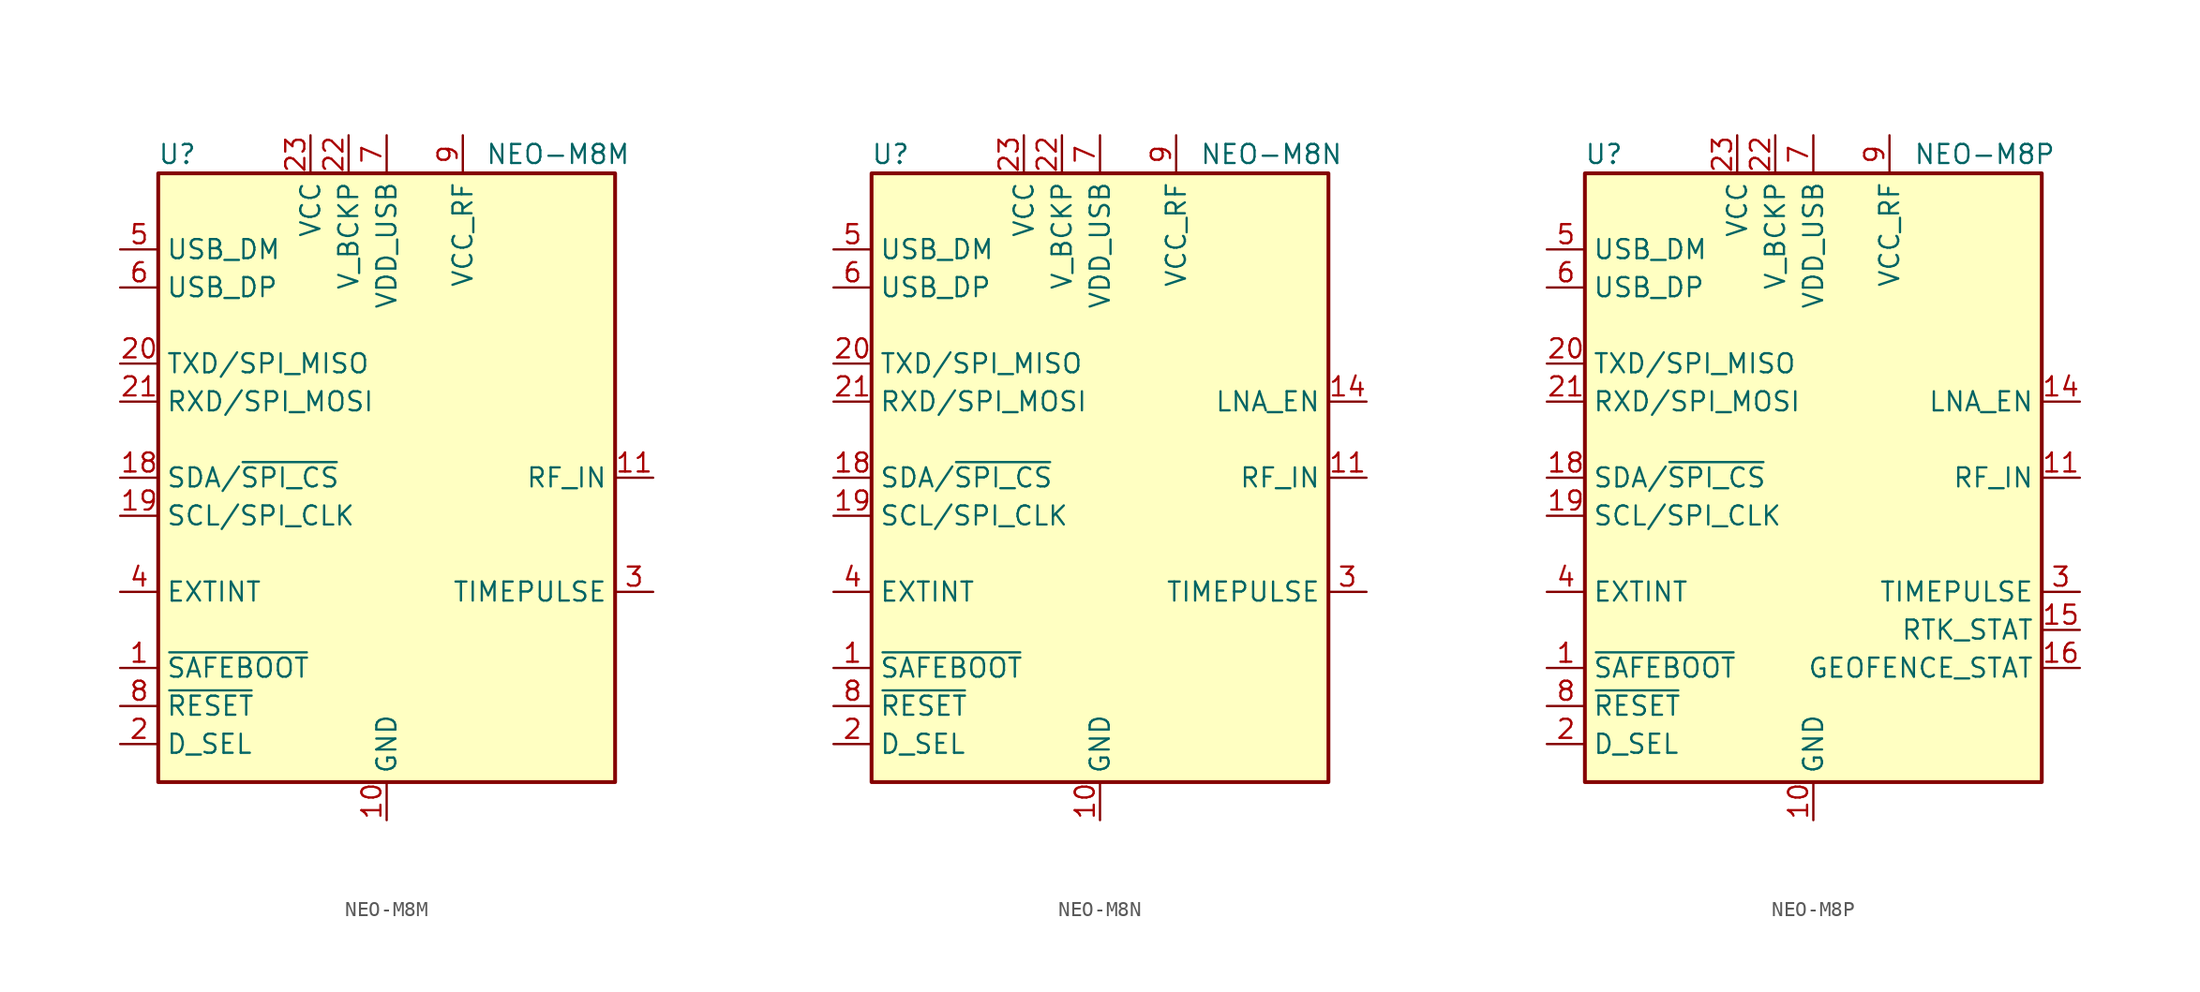
<source format=kicad_sym>
(kicad_symbol_lib
  (version 20200908)
  (generator kicad_symbol_editor)
  (symbol "RF_GPS:NEO-M8M"
    (property "Reference" "U"
      (at -13.97 21.59 0)
      (effects (font (size 1.27 1.27))))
    (property "Value" "NEO-M8M"
      (at 11.43 21.59 0)
      (effects (font (size 1.27 1.27))))
    (symbol "NEO-M8M_0_1"
      (rectangle (start -15.24 20.32) (end 15.24 -20.32) (stroke (width 0.254)) (fill (type background))))
    (symbol "NEO-M8M_1_1"
      (pin input line (at -17.78 -12.7 0) (length 2.54) (name "~SAFEBOOT" (effects (font (size 1.27 1.27)))) (number "1" (effects (font (size 1.27 1.27)))))
      (pin power_in line (at 0 -22.86 90) (length 2.54) (name "GND" (effects (font (size 1.27 1.27)))) (number "10" (effects (font (size 1.27 1.27)))))
      (pin input line (at 17.78 0 180) (length 2.54) (name "RF_IN" (effects (font (size 1.27 1.27)))) (number "11" (effects (font (size 1.27 1.27)))))
      (pin passive line (at 0 -22.86 90) (length 2.54) hide (name "GND" (effects (font (size 1.27 1.27)))) (number "12" (effects (font (size 1.27 1.27)))))
      (pin passive line (at 0 -22.86 90) (length 2.54) hide (name "GND" (effects (font (size 1.27 1.27)))) (number "13" (effects (font (size 1.27 1.27)))))
      (pin unconnected line (at 15.24 -10.16 180) (length 2.54) hide (name "RESERVED" (effects (font (size 1.27 1.27)))) (number "14" (effects (font (size 1.27 1.27)))))
      (pin unconnected line (at 15.24 -12.7 180) (length 2.54) hide (name "RESERVED" (effects (font (size 1.27 1.27)))) (number "15" (effects (font (size 1.27 1.27)))))
      (pin unconnected line (at 15.24 -15.24 180) (length 2.54) hide (name "RESERVED" (effects (font (size 1.27 1.27)))) (number "16" (effects (font (size 1.27 1.27)))))
      (pin unconnected line (at 15.24 -17.78 180) (length 2.54) hide (name "RESERVED" (effects (font (size 1.27 1.27)))) (number "17" (effects (font (size 1.27 1.27)))))
      (pin bidirectional line (at -17.78 0 0) (length 2.54) (name "SDA/~SPI_CS" (effects (font (size 1.27 1.27)))) (number "18" (effects (font (size 1.27 1.27)))))
      (pin input line (at -17.78 -2.54 0) (length 2.54) (name "SCL/SPI_CLK" (effects (font (size 1.27 1.27)))) (number "19" (effects (font (size 1.27 1.27)))))
      (pin input line (at -17.78 -17.78 0) (length 2.54) (name "D_SEL" (effects (font (size 1.27 1.27)))) (number "2" (effects (font (size 1.27 1.27)))))
      (pin output line (at -17.78 7.62 0) (length 2.54) (name "TXD/SPI_MISO" (effects (font (size 1.27 1.27)))) (number "20" (effects (font (size 1.27 1.27)))))
      (pin input line (at -17.78 5.08 0) (length 2.54) (name "RXD/SPI_MOSI" (effects (font (size 1.27 1.27)))) (number "21" (effects (font (size 1.27 1.27)))))
      (pin power_in line (at -2.54 22.86 270) (length 2.54) (name "V_BCKP" (effects (font (size 1.27 1.27)))) (number "22" (effects (font (size 1.27 1.27)))))
      (pin power_in line (at -5.08 22.86 270) (length 2.54) (name "VCC" (effects (font (size 1.27 1.27)))) (number "23" (effects (font (size 1.27 1.27)))))
      (pin passive line (at 0 -22.86 90) (length 2.54) hide (name "GND" (effects (font (size 1.27 1.27)))) (number "24" (effects (font (size 1.27 1.27)))))
      (pin output line (at 17.78 -7.62 180) (length 2.54) (name "TIMEPULSE" (effects (font (size 1.27 1.27)))) (number "3" (effects (font (size 1.27 1.27)))))
      (pin input line (at -17.78 -7.62 0) (length 2.54) (name "EXTINT" (effects (font (size 1.27 1.27)))) (number "4" (effects (font (size 1.27 1.27)))))
      (pin bidirectional line (at -17.78 15.24 0) (length 2.54) (name "USB_DM" (effects (font (size 1.27 1.27)))) (number "5" (effects (font (size 1.27 1.27)))))
      (pin bidirectional line (at -17.78 12.7 0) (length 2.54) (name "USB_DP" (effects (font (size 1.27 1.27)))) (number "6" (effects (font (size 1.27 1.27)))))
      (pin power_in line (at 0 22.86 270) (length 2.54) (name "VDD_USB" (effects (font (size 1.27 1.27)))) (number "7" (effects (font (size 1.27 1.27)))))
      (pin input line (at -17.78 -15.24 0) (length 2.54) (name "~RESET" (effects (font (size 1.27 1.27)))) (number "8" (effects (font (size 1.27 1.27)))))
      (pin power_out line (at 5.08 22.86 270) (length 2.54) (name "VCC_RF" (effects (font (size 1.27 1.27)))) (number "9" (effects (font (size 1.27 1.27)))))))
  (symbol "RF_GPS:NEO-M8N"
    (property "Reference" "U"
      (at -13.97 21.59 0)
      (effects (font (size 1.27 1.27))))
    (property "Value" "NEO-M8N"
      (at 11.43 21.59 0)
      (effects (font (size 1.27 1.27))))
    (symbol "NEO-M8N_0_1"
      (rectangle (start -15.24 20.32) (end 15.24 -20.32) (stroke (width 0.254)) (fill (type background))))
    (symbol "NEO-M8N_1_1"
      (pin input line (at -17.78 -12.7 0) (length 2.54) (name "~SAFEBOOT" (effects (font (size 1.27 1.27)))) (number "1" (effects (font (size 1.27 1.27)))))
      (pin power_in line (at 0 -22.86 90) (length 2.54) (name "GND" (effects (font (size 1.27 1.27)))) (number "10" (effects (font (size 1.27 1.27)))))
      (pin input line (at 17.78 0 180) (length 2.54) (name "RF_IN" (effects (font (size 1.27 1.27)))) (number "11" (effects (font (size 1.27 1.27)))))
      (pin passive line (at 0 -22.86 90) (length 2.54) hide (name "GND" (effects (font (size 1.27 1.27)))) (number "12" (effects (font (size 1.27 1.27)))))
      (pin passive line (at 0 -22.86 90) (length 2.54) hide (name "GND" (effects (font (size 1.27 1.27)))) (number "13" (effects (font (size 1.27 1.27)))))
      (pin output line (at 17.78 5.08 180) (length 2.54) (name "LNA_EN" (effects (font (size 1.27 1.27)))) (number "14" (effects (font (size 1.27 1.27)))))
      (pin unconnected line (at 15.24 -10.16 180) (length 2.54) hide (name "RESERVED" (effects (font (size 1.27 1.27)))) (number "15" (effects (font (size 1.27 1.27)))))
      (pin unconnected line (at 15.24 -12.7 180) (length 2.54) hide (name "RESERVED" (effects (font (size 1.27 1.27)))) (number "16" (effects (font (size 1.27 1.27)))))
      (pin unconnected line (at 15.24 -15.24 180) (length 2.54) hide (name "RESERVED" (effects (font (size 1.27 1.27)))) (number "17" (effects (font (size 1.27 1.27)))))
      (pin bidirectional line (at -17.78 0 0) (length 2.54) (name "SDA/~SPI_CS" (effects (font (size 1.27 1.27)))) (number "18" (effects (font (size 1.27 1.27)))))
      (pin input line (at -17.78 -2.54 0) (length 2.54) (name "SCL/SPI_CLK" (effects (font (size 1.27 1.27)))) (number "19" (effects (font (size 1.27 1.27)))))
      (pin input line (at -17.78 -17.78 0) (length 2.54) (name "D_SEL" (effects (font (size 1.27 1.27)))) (number "2" (effects (font (size 1.27 1.27)))))
      (pin output line (at -17.78 7.62 0) (length 2.54) (name "TXD/SPI_MISO" (effects (font (size 1.27 1.27)))) (number "20" (effects (font (size 1.27 1.27)))))
      (pin input line (at -17.78 5.08 0) (length 2.54) (name "RXD/SPI_MOSI" (effects (font (size 1.27 1.27)))) (number "21" (effects (font (size 1.27 1.27)))))
      (pin power_in line (at -2.54 22.86 270) (length 2.54) (name "V_BCKP" (effects (font (size 1.27 1.27)))) (number "22" (effects (font (size 1.27 1.27)))))
      (pin power_in line (at -5.08 22.86 270) (length 2.54) (name "VCC" (effects (font (size 1.27 1.27)))) (number "23" (effects (font (size 1.27 1.27)))))
      (pin passive line (at 0 -22.86 90) (length 2.54) hide (name "GND" (effects (font (size 1.27 1.27)))) (number "24" (effects (font (size 1.27 1.27)))))
      (pin output line (at 17.78 -7.62 180) (length 2.54) (name "TIMEPULSE" (effects (font (size 1.27 1.27)))) (number "3" (effects (font (size 1.27 1.27)))))
      (pin input line (at -17.78 -7.62 0) (length 2.54) (name "EXTINT" (effects (font (size 1.27 1.27)))) (number "4" (effects (font (size 1.27 1.27)))))
      (pin bidirectional line (at -17.78 15.24 0) (length 2.54) (name "USB_DM" (effects (font (size 1.27 1.27)))) (number "5" (effects (font (size 1.27 1.27)))))
      (pin bidirectional line (at -17.78 12.7 0) (length 2.54) (name "USB_DP" (effects (font (size 1.27 1.27)))) (number "6" (effects (font (size 1.27 1.27)))))
      (pin power_in line (at 0 22.86 270) (length 2.54) (name "VDD_USB" (effects (font (size 1.27 1.27)))) (number "7" (effects (font (size 1.27 1.27)))))
      (pin input line (at -17.78 -15.24 0) (length 2.54) (name "~RESET" (effects (font (size 1.27 1.27)))) (number "8" (effects (font (size 1.27 1.27)))))
      (pin power_out line (at 5.08 22.86 270) (length 2.54) (name "VCC_RF" (effects (font (size 1.27 1.27)))) (number "9" (effects (font (size 1.27 1.27)))))))
  (symbol "RF_GPS:NEO-M8P"
    (property "Reference" "U"
      (at -13.97 21.59 0)
      (effects (font (size 1.27 1.27))))
    (property "Value" "NEO-M8P"
      (at 11.43 21.59 0)
      (effects (font (size 1.27 1.27))))
    (symbol "NEO-M8P_0_1"
      (rectangle (start -15.24 20.32) (end 15.24 -20.32) (stroke (width 0.254)) (fill (type background))))
    (symbol "NEO-M8P_1_1"
      (pin input line (at -17.78 -12.7 0) (length 2.54) (name "~SAFEBOOT" (effects (font (size 1.27 1.27)))) (number "1" (effects (font (size 1.27 1.27)))))
      (pin power_in line (at 0 -22.86 90) (length 2.54) (name "GND" (effects (font (size 1.27 1.27)))) (number "10" (effects (font (size 1.27 1.27)))))
      (pin input line (at 17.78 0 180) (length 2.54) (name "RF_IN" (effects (font (size 1.27 1.27)))) (number "11" (effects (font (size 1.27 1.27)))))
      (pin passive line (at 0 -22.86 90) (length 2.54) hide (name "GND" (effects (font (size 1.27 1.27)))) (number "12" (effects (font (size 1.27 1.27)))))
      (pin passive line (at 0 -22.86 90) (length 2.54) hide (name "GND" (effects (font (size 1.27 1.27)))) (number "13" (effects (font (size 1.27 1.27)))))
      (pin output line (at 17.78 5.08 180) (length 2.54) (name "LNA_EN" (effects (font (size 1.27 1.27)))) (number "14" (effects (font (size 1.27 1.27)))))
      (pin output line (at 17.78 -10.16 180) (length 2.54) (name "RTK_STAT" (effects (font (size 1.27 1.27)))) (number "15" (effects (font (size 1.27 1.27)))))
      (pin output line (at 17.78 -12.7 180) (length 2.54) (name "GEOFENCE_STAT" (effects (font (size 1.27 1.27)))) (number "16" (effects (font (size 1.27 1.27)))))
      (pin unconnected line (at 15.24 -17.78 180) (length 2.54) hide (name "RESERVED" (effects (font (size 1.27 1.27)))) (number "17" (effects (font (size 1.27 1.27)))))
      (pin bidirectional line (at -17.78 0 0) (length 2.54) (name "SDA/~SPI_CS" (effects (font (size 1.27 1.27)))) (number "18" (effects (font (size 1.27 1.27)))))
      (pin input line (at -17.78 -2.54 0) (length 2.54) (name "SCL/SPI_CLK" (effects (font (size 1.27 1.27)))) (number "19" (effects (font (size 1.27 1.27)))))
      (pin input line (at -17.78 -17.78 0) (length 2.54) (name "D_SEL" (effects (font (size 1.27 1.27)))) (number "2" (effects (font (size 1.27 1.27)))))
      (pin output line (at -17.78 7.62 0) (length 2.54) (name "TXD/SPI_MISO" (effects (font (size 1.27 1.27)))) (number "20" (effects (font (size 1.27 1.27)))))
      (pin input line (at -17.78 5.08 0) (length 2.54) (name "RXD/SPI_MOSI" (effects (font (size 1.27 1.27)))) (number "21" (effects (font (size 1.27 1.27)))))
      (pin power_in line (at -2.54 22.86 270) (length 2.54) (name "V_BCKP" (effects (font (size 1.27 1.27)))) (number "22" (effects (font (size 1.27 1.27)))))
      (pin power_in line (at -5.08 22.86 270) (length 2.54) (name "VCC" (effects (font (size 1.27 1.27)))) (number "23" (effects (font (size 1.27 1.27)))))
      (pin passive line (at 0 -22.86 90) (length 2.54) hide (name "GND" (effects (font (size 1.27 1.27)))) (number "24" (effects (font (size 1.27 1.27)))))
      (pin output line (at 17.78 -7.62 180) (length 2.54) (name "TIMEPULSE" (effects (font (size 1.27 1.27)))) (number "3" (effects (font (size 1.27 1.27)))))
      (pin input line (at -17.78 -7.62 0) (length 2.54) (name "EXTINT" (effects (font (size 1.27 1.27)))) (number "4" (effects (font (size 1.27 1.27)))))
      (pin bidirectional line (at -17.78 15.24 0) (length 2.54) (name "USB_DM" (effects (font (size 1.27 1.27)))) (number "5" (effects (font (size 1.27 1.27)))))
      (pin bidirectional line (at -17.78 12.7 0) (length 2.54) (name "USB_DP" (effects (font (size 1.27 1.27)))) (number "6" (effects (font (size 1.27 1.27)))))
      (pin power_in line (at 0 22.86 270) (length 2.54) (name "VDD_USB" (effects (font (size 1.27 1.27)))) (number "7" (effects (font (size 1.27 1.27)))))
      (pin input line (at -17.78 -15.24 0) (length 2.54) (name "~RESET" (effects (font (size 1.27 1.27)))) (number "8" (effects (font (size 1.27 1.27)))))
      (pin power_out line (at 5.08 22.86 270) (length 2.54) (name "VCC_RF" (effects (font (size 1.27 1.27)))) (number "9" (effects (font (size 1.27 1.27))))))))
</source>
